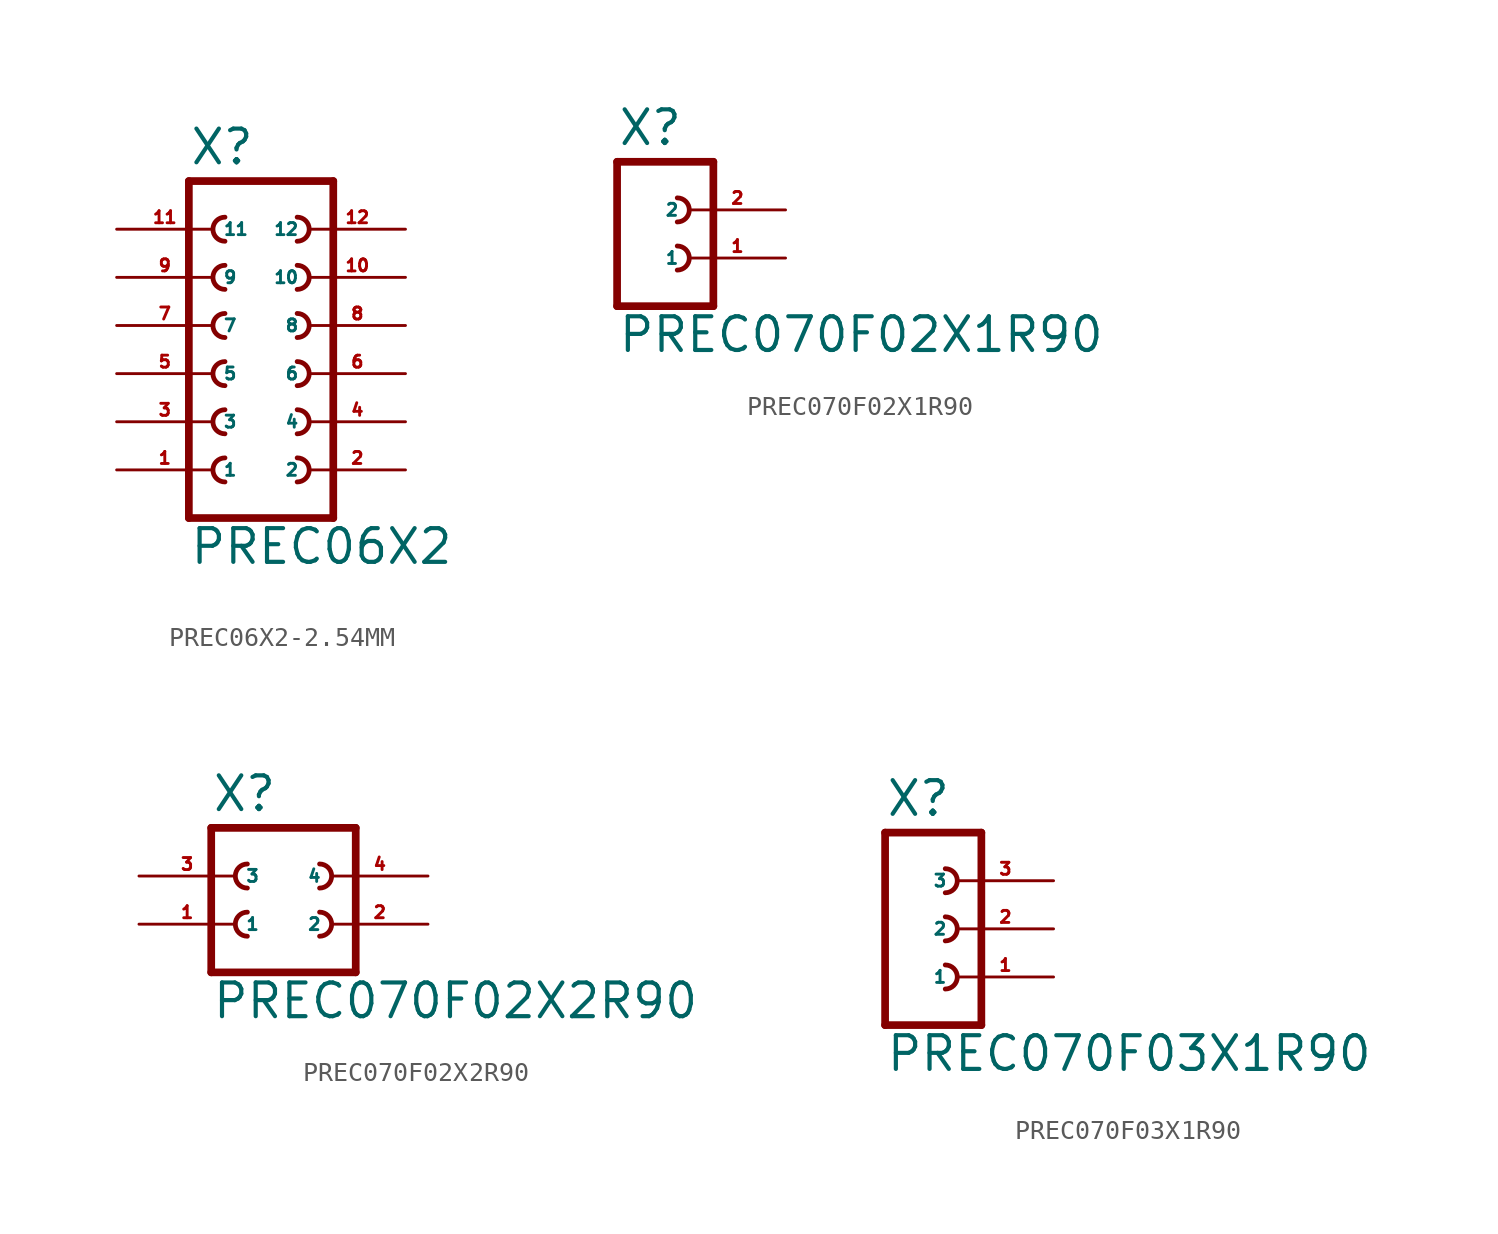
<source format=kicad_sym>
(kicad_symbol_lib
  (version 20220914)
  (generator Eagle2Kicad)
  (symbol "PREC06X2-2.54MM"
    (property "Reference" "X"
      (at -3.81 10.922 0)
      (effects (font (size 1.778 1.778) (thickness 0.22)) (justify left bottom)))
    (property "Value" "PREC06X2"
      (at -3.81 -10.16 0)
      (effects (font (size 1.778 1.778) (thickness 0.22)) (justify left bottom)))
    (polyline
      (pts (xy 3.81 -7.62) (xy -3.81 -7.62))
      (stroke (width 0.406) (type default))
      (fill (type none)))
    (arc
      (start -1.905 0.635)
      (mid -2.540 0.000)
      (end -1.905 -0.635)
      (stroke (width 0.254) (type default))
      (fill (type none)))
    (arc
      (start -1.905 -1.905)
      (mid -2.540 -2.540)
      (end -1.905 -3.175)
      (stroke (width 0.254) (type default))
      (fill (type none)))
    (arc
      (start -1.905 -4.445)
      (mid -2.540 -5.080)
      (end -1.905 -5.715)
      (stroke (width 0.254) (type default))
      (fill (type none)))
    (arc
      (start 1.905 -0.635)
      (mid 2.540 0.000)
      (end 1.905 0.635)
      (stroke (width 0.254) (type default))
      (fill (type none)))
    (arc
      (start 1.905 -3.175)
      (mid 2.540 -2.540)
      (end 1.905 -1.905)
      (stroke (width 0.254) (type default))
      (fill (type none)))
    (arc
      (start 1.905 -5.715)
      (mid 2.540 -5.080)
      (end 1.905 -4.445)
      (stroke (width 0.254) (type default))
      (fill (type none)))
    (arc
      (start -1.905 5.715)
      (mid -2.540 5.080)
      (end -1.905 4.445)
      (stroke (width 0.254) (type default))
      (fill (type none)))
    (arc
      (start -1.905 3.175)
      (mid -2.540 2.540)
      (end -1.905 1.905)
      (stroke (width 0.254) (type default))
      (fill (type none)))
    (arc
      (start 1.905 4.445)
      (mid 2.540 5.080)
      (end 1.905 5.715)
      (stroke (width 0.254) (type default))
      (fill (type none)))
    (arc
      (start 1.905 1.905)
      (mid 2.540 2.540)
      (end 1.905 3.175)
      (stroke (width 0.254) (type default))
      (fill (type none)))
    (arc
      (start -1.905 8.255)
      (mid -2.540 7.620)
      (end -1.905 6.985)
      (stroke (width 0.254) (type default))
      (fill (type none)))
    (arc
      (start 1.905 6.985)
      (mid 2.540 7.620)
      (end 1.905 8.255)
      (stroke (width 0.254) (type default))
      (fill (type none)))
    (polyline
      (pts (xy -3.81 10.16) (xy -3.81 -7.62))
      (stroke (width 0.406) (type default))
      (fill (type none)))
    (polyline
      (pts (xy 3.81 -7.62) (xy 3.81 10.16))
      (stroke (width 0.406) (type default))
      (fill (type none)))
    (polyline
      (pts (xy -3.81 10.16) (xy 3.81 10.16))
      (stroke (width 0.406) (type default))
      (fill (type none)))
    (pin passive line
      (at -7.62 -5.08 0)
      (length 5.08)
      (name "1" (effects (font (size 0.635 0.635) (thickness 0.08)) (justify left bottom)))
      (number "1" (effects (font (size 0.635 0.635) (thickness 0.08)) (justify left bottom))))
    (pin passive line
      (at -7.62 -2.54 0)
      (length 5.08)
      (name "3" (effects (font (size 0.635 0.635) (thickness 0.08)) (justify left bottom)))
      (number "3" (effects (font (size 0.635 0.635) (thickness 0.08)) (justify left bottom))))
    (pin passive line
      (at -7.62 0 0)
      (length 5.08)
      (name "5" (effects (font (size 0.635 0.635) (thickness 0.08)) (justify left bottom)))
      (number "5" (effects (font (size 0.635 0.635) (thickness 0.08)) (justify left bottom))))
    (pin passive line
      (at 7.62 -5.08 180)
      (length 5.08)
      (name "2" (effects (font (size 0.635 0.635) (thickness 0.08)) (justify left bottom)))
      (number "2" (effects (font (size 0.635 0.635) (thickness 0.08)) (justify left bottom))))
    (pin passive line
      (at 7.62 -2.54 180)
      (length 5.08)
      (name "4" (effects (font (size 0.635 0.635) (thickness 0.08)) (justify left bottom)))
      (number "4" (effects (font (size 0.635 0.635) (thickness 0.08)) (justify left bottom))))
    (pin passive line
      (at 7.62 0 180)
      (length 5.08)
      (name "6" (effects (font (size 0.635 0.635) (thickness 0.08)) (justify left bottom)))
      (number "6" (effects (font (size 0.635 0.635) (thickness 0.08)) (justify left bottom))))
    (pin passive line
      (at -7.62 2.54 0)
      (length 5.08)
      (name "7" (effects (font (size 0.635 0.635) (thickness 0.08)) (justify left bottom)))
      (number "7" (effects (font (size 0.635 0.635) (thickness 0.08)) (justify left bottom))))
    (pin passive line
      (at -7.62 5.08 0)
      (length 5.08)
      (name "9" (effects (font (size 0.635 0.635) (thickness 0.08)) (justify left bottom)))
      (number "9" (effects (font (size 0.635 0.635) (thickness 0.08)) (justify left bottom))))
    (pin passive line
      (at 7.62 2.54 180)
      (length 5.08)
      (name "8" (effects (font (size 0.635 0.635) (thickness 0.08)) (justify left bottom)))
      (number "8" (effects (font (size 0.635 0.635) (thickness 0.08)) (justify left bottom))))
    (pin passive line
      (at 7.62 5.08 180)
      (length 5.08)
      (name "10" (effects (font (size 0.635 0.635) (thickness 0.08)) (justify left bottom)))
      (number "10" (effects (font (size 0.635 0.635) (thickness 0.08)) (justify left bottom))))
    (pin passive line
      (at -7.62 7.62 0)
      (length 5.08)
      (name "11" (effects (font (size 0.635 0.635) (thickness 0.08)) (justify left bottom)))
      (number "11" (effects (font (size 0.635 0.635) (thickness 0.08)) (justify left bottom))))
    (pin passive line
      (at 7.62 7.62 180)
      (length 5.08)
      (name "12" (effects (font (size 0.635 0.635) (thickness 0.08)) (justify left bottom)))
      (number "12" (effects (font (size 0.635 0.635) (thickness 0.08)) (justify left bottom)))))
  (symbol "PREC070F02X1R90"
    (property "Reference" "X"
      (at -1.27 5.842 0)
      (effects (font (size 1.778 1.778) (thickness 0.22)) (justify left bottom)))
    (property "Value" "PREC070F02X1R90"
      (at -1.27 -5.08 0)
      (effects (font (size 1.778 1.778) (thickness 0.22)) (justify left bottom)))
    (polyline
      (pts (xy 3.81 -2.54) (xy -1.27 -2.54))
      (stroke (width 0.406) (type default))
      (fill (type none)))
    (arc
      (start 1.905 -0.635)
      (mid 2.540 0.000)
      (end 1.905 0.635)
      (stroke (width 0.254) (type default))
      (fill (type none)))
    (polyline
      (pts (xy -1.27 5.08) (xy -1.27 -2.54))
      (stroke (width 0.406) (type default))
      (fill (type none)))
    (polyline
      (pts (xy 3.81 -2.54) (xy 3.81 5.08))
      (stroke (width 0.406) (type default))
      (fill (type none)))
    (polyline
      (pts (xy -1.27 5.08) (xy 3.81 5.08))
      (stroke (width 0.406) (type default))
      (fill (type none)))
    (arc
      (start 1.905 1.905)
      (mid 2.540 2.540)
      (end 1.905 3.175)
      (stroke (width 0.254) (type default))
      (fill (type none)))
    (pin passive line
      (at 7.62 0 180)
      (length 5.08)
      (name "1" (effects (font (size 0.635 0.635) (thickness 0.08)) (justify left bottom)))
      (number "1" (effects (font (size 0.635 0.635) (thickness 0.08)) (justify left bottom))))
    (pin passive line
      (at 7.62 2.54 180)
      (length 5.08)
      (name "2" (effects (font (size 0.635 0.635) (thickness 0.08)) (justify left bottom)))
      (number "2" (effects (font (size 0.635 0.635) (thickness 0.08)) (justify left bottom)))))
  (symbol "PREC070F02X2R90"
    (property "Reference" "X"
      (at -3.81 5.842 0)
      (effects (font (size 1.778 1.778) (thickness 0.22)) (justify left bottom)))
    (property "Value" "PREC070F02X2R90"
      (at -3.81 -5.08 0)
      (effects (font (size 1.778 1.778) (thickness 0.22)) (justify left bottom)))
    (polyline
      (pts (xy 3.81 -2.54) (xy -3.81 -2.54))
      (stroke (width 0.406) (type default))
      (fill (type none)))
    (arc
      (start -1.905 0.635)
      (mid -2.540 0.000)
      (end -1.905 -0.635)
      (stroke (width 0.254) (type default))
      (fill (type none)))
    (arc
      (start 1.905 -0.635)
      (mid 2.540 0.000)
      (end 1.905 0.635)
      (stroke (width 0.254) (type default))
      (fill (type none)))
    (arc
      (start -1.905 3.175)
      (mid -2.540 2.540)
      (end -1.905 1.905)
      (stroke (width 0.254) (type default))
      (fill (type none)))
    (arc
      (start 1.905 1.905)
      (mid 2.540 2.540)
      (end 1.905 3.175)
      (stroke (width 0.254) (type default))
      (fill (type none)))
    (polyline
      (pts (xy -3.81 5.08) (xy -3.81 -2.54))
      (stroke (width 0.406) (type default))
      (fill (type none)))
    (polyline
      (pts (xy 3.81 -2.54) (xy 3.81 5.08))
      (stroke (width 0.406) (type default))
      (fill (type none)))
    (polyline
      (pts (xy -3.81 5.08) (xy 3.81 5.08))
      (stroke (width 0.406) (type default))
      (fill (type none)))
    (pin passive line
      (at -7.62 0 0)
      (length 5.08)
      (name "1" (effects (font (size 0.635 0.635) (thickness 0.08)) (justify left bottom)))
      (number "1" (effects (font (size 0.635 0.635) (thickness 0.08)) (justify left bottom))))
    (pin passive line
      (at 7.62 0 180)
      (length 5.08)
      (name "2" (effects (font (size 0.635 0.635) (thickness 0.08)) (justify left bottom)))
      (number "2" (effects (font (size 0.635 0.635) (thickness 0.08)) (justify left bottom))))
    (pin passive line
      (at -7.62 2.54 0)
      (length 5.08)
      (name "3" (effects (font (size 0.635 0.635) (thickness 0.08)) (justify left bottom)))
      (number "3" (effects (font (size 0.635 0.635) (thickness 0.08)) (justify left bottom))))
    (pin passive line
      (at 7.62 2.54 180)
      (length 5.08)
      (name "4" (effects (font (size 0.635 0.635) (thickness 0.08)) (justify left bottom)))
      (number "4" (effects (font (size 0.635 0.635) (thickness 0.08)) (justify left bottom)))))
  (symbol "PREC070F03X1R90"
    (property "Reference" "X"
      (at -1.27 5.842 0)
      (effects (font (size 1.778 1.778) (thickness 0.22)) (justify left bottom)))
    (property "Value" "PREC070F03X1R90"
      (at -1.27 -7.62 0)
      (effects (font (size 1.778 1.778) (thickness 0.22)) (justify left bottom)))
    (polyline
      (pts (xy 3.81 -5.08) (xy -1.27 -5.08))
      (stroke (width 0.406) (type default))
      (fill (type none)))
    (arc
      (start 1.905 -0.635)
      (mid 2.540 0.000)
      (end 1.905 0.635)
      (stroke (width 0.254) (type default))
      (fill (type none)))
    (arc
      (start 1.905 -3.175)
      (mid 2.540 -2.540)
      (end 1.905 -1.905)
      (stroke (width 0.254) (type default))
      (fill (type none)))
    (polyline
      (pts (xy -1.27 5.08) (xy -1.27 -5.08))
      (stroke (width 0.406) (type default))
      (fill (type none)))
    (polyline
      (pts (xy 3.81 -5.08) (xy 3.81 5.08))
      (stroke (width 0.406) (type default))
      (fill (type none)))
    (polyline
      (pts (xy -1.27 5.08) (xy 3.81 5.08))
      (stroke (width 0.406) (type default))
      (fill (type none)))
    (arc
      (start 1.905 1.905)
      (mid 2.540 2.540)
      (end 1.905 3.175)
      (stroke (width 0.254) (type default))
      (fill (type none)))
    (pin passive line
      (at 7.62 -2.54 180)
      (length 5.08)
      (name "1" (effects (font (size 0.635 0.635) (thickness 0.08)) (justify left bottom)))
      (number "1" (effects (font (size 0.635 0.635) (thickness 0.08)) (justify left bottom))))
    (pin passive line
      (at 7.62 0 180)
      (length 5.08)
      (name "2" (effects (font (size 0.635 0.635) (thickness 0.08)) (justify left bottom)))
      (number "2" (effects (font (size 0.635 0.635) (thickness 0.08)) (justify left bottom))))
    (pin passive line
      (at 7.62 2.54 180)
      (length 5.08)
      (name "3" (effects (font (size 0.635 0.635) (thickness 0.08)) (justify left bottom)))
      (number "3" (effects (font (size 0.635 0.635) (thickness 0.08)) (justify left bottom))))))
</source>
